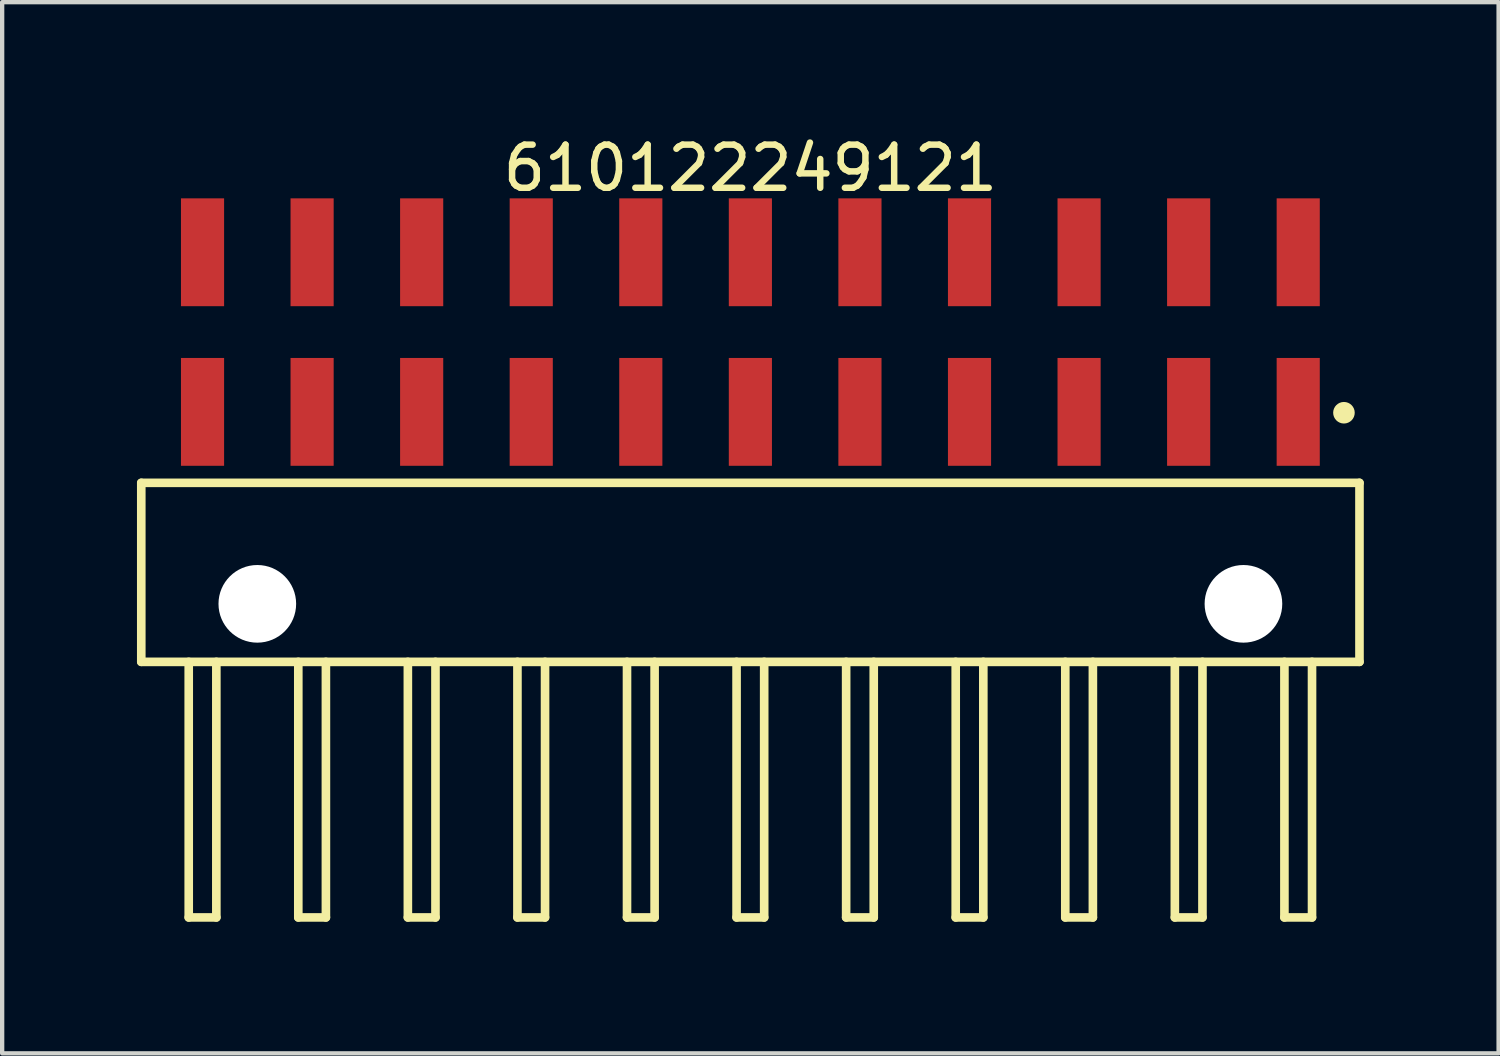
<source format=kicad_pcb>
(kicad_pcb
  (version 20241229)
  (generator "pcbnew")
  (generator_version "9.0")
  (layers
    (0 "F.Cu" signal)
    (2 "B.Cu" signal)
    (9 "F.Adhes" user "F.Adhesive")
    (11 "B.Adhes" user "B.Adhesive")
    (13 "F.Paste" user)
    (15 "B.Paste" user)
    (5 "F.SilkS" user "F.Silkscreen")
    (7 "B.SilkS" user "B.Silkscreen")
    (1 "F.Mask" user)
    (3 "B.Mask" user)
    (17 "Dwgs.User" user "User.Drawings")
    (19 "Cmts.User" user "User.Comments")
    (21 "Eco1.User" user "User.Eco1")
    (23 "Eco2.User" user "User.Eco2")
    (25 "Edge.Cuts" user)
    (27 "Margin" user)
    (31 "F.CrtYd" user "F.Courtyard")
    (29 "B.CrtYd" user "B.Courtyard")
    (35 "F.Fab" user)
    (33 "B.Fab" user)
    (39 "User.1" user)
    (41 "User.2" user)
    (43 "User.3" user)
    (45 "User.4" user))
  (footprint "610122249121"
    (layer "F.Cu")
    (at 14.345 10.218)
    (property "Reference" "610122249121" (at 0 -9.37 0) (layer "F.SilkS") (effects (font (size 1 1) (thickness 0.15))))
    (fp_line (start -14.12 -2.075) (end 14.12 -2.075) (stroke (width 0.2) (type solid)) (layer "F.SilkS"))
    (fp_line (start -14.12 2.075) (end -14.12 -2.075) (stroke (width 0.2) (type solid)) (layer "F.SilkS"))
    (fp_line (start -14.12 2.075) (end 14.12 2.075) (stroke (width 0.2) (type solid)) (layer "F.SilkS"))
    (fp_line (start -13.02 8) (end -13.02 2.075) (stroke (width 0.2) (type solid)) (layer "F.SilkS"))
    (fp_line (start -13.02 8) (end -12.38 8) (stroke (width 0.2) (type solid)) (layer "F.SilkS"))
    (fp_line (start -12.38 8) (end -12.38 2.075) (stroke (width 0.2) (type solid)) (layer "F.SilkS"))
    (fp_line (start -10.48 8) (end -10.48 2.075) (stroke (width 0.2) (type solid)) (layer "F.SilkS"))
    (fp_line (start -10.48 8) (end -9.84 8) (stroke (width 0.2) (type solid)) (layer "F.SilkS"))
    (fp_line (start -9.84 8) (end -9.84 2.075) (stroke (width 0.2) (type solid)) (layer "F.SilkS"))
    (fp_line (start -7.94 8) (end -7.94 2.075) (stroke (width 0.2) (type solid)) (layer "F.SilkS"))
    (fp_line (start -7.94 8) (end -7.3 8) (stroke (width 0.2) (type solid)) (layer "F.SilkS"))
    (fp_line (start -7.3 8) (end -7.3 2.075) (stroke (width 0.2) (type solid)) (layer "F.SilkS"))
    (fp_line (start -5.4 8) (end -5.4 2.075) (stroke (width 0.2) (type solid)) (layer "F.SilkS"))
    (fp_line (start -5.4 8) (end -4.76 8) (stroke (width 0.2) (type solid)) (layer "F.SilkS"))
    (fp_line (start -4.76 8) (end -4.76 2.075) (stroke (width 0.2) (type solid)) (layer "F.SilkS"))
    (fp_line (start -2.86 8) (end -2.86 2.075) (stroke (width 0.2) (type solid)) (layer "F.SilkS"))
    (fp_line (start -2.86 8) (end -2.22 8) (stroke (width 0.2) (type solid)) (layer "F.SilkS"))
    (fp_line (start -2.22 8) (end -2.22 2.075) (stroke (width 0.2) (type solid)) (layer "F.SilkS"))
    (fp_line (start -0.32 8) (end -0.32 2.075) (stroke (width 0.2) (type solid)) (layer "F.SilkS"))
    (fp_line (start -0.32 8) (end 0.32 8) (stroke (width 0.2) (type solid)) (layer "F.SilkS"))
    (fp_line (start 0.32 8) (end 0.32 2.075) (stroke (width 0.2) (type solid)) (layer "F.SilkS"))
    (fp_line (start 2.22 8) (end 2.22 2.075) (stroke (width 0.2) (type solid)) (layer "F.SilkS"))
    (fp_line (start 2.22 8) (end 2.86 8) (stroke (width 0.2) (type solid)) (layer "F.SilkS"))
    (fp_line (start 2.86 8) (end 2.86 2.075) (stroke (width 0.2) (type solid)) (layer "F.SilkS"))
    (fp_line (start 4.76 8) (end 4.76 2.075) (stroke (width 0.2) (type solid)) (layer "F.SilkS"))
    (fp_line (start 4.76 8) (end 5.4 8) (stroke (width 0.2) (type solid)) (layer "F.SilkS"))
    (fp_line (start 5.4 8) (end 5.4 2.075) (stroke (width 0.2) (type solid)) (layer "F.SilkS"))
    (fp_line (start 7.3 8) (end 7.3 2.075) (stroke (width 0.2) (type solid)) (layer "F.SilkS"))
    (fp_line (start 7.3 8) (end 7.94 8) (stroke (width 0.2) (type solid)) (layer "F.SilkS"))
    (fp_line (start 7.94 8) (end 7.94 2.075) (stroke (width 0.2) (type solid)) (layer "F.SilkS"))
    (fp_line (start 9.84 8) (end 9.84 2.075) (stroke (width 0.2) (type solid)) (layer "F.SilkS"))
    (fp_line (start 9.84 8) (end 10.48 8) (stroke (width 0.2) (type solid)) (layer "F.SilkS"))
    (fp_line (start 10.48 8) (end 10.48 2.075) (stroke (width 0.2) (type solid)) (layer "F.SilkS"))
    (fp_line (start 12.38 8) (end 12.38 2.075) (stroke (width 0.2) (type solid)) (layer "F.SilkS"))
    (fp_line (start 12.38 8) (end 13.02 8) (stroke (width 0.2) (type solid)) (layer "F.SilkS"))
    (fp_line (start 13.02 8) (end 13.02 2.075) (stroke (width 0.2) (type solid)) (layer "F.SilkS"))
    (fp_line (start 14.12 2.075) (end 14.12 -2.075) (stroke (width 0.2) (type solid)) (layer "F.SilkS"))
    (fp_circle (center 13.76 -3.7) (end 13.76 -3.825) (stroke (width 0.25) (type solid)) (fill no) (layer "F.SilkS"))
    (fp_line (start -14.32 -8.87) (end 14.32 -8.87) (stroke (width 0.05) (type solid)) (layer "Eco2.User"))
    (fp_line (start -14.32 8.125) (end -14.32 -8.87) (stroke (width 0.05) (type solid)) (layer "Eco2.User"))
    (fp_line (start -14.32 8.125) (end 14.32 8.125) (stroke (width 0.05) (type solid)) (layer "Eco2.User"))
    (fp_line (start -13.97 -2) (end 13.97 -2) (stroke (width 0.1) (type solid)) (layer "Eco2.User"))
    (fp_line (start -13.97 2) (end -13.97 -2) (stroke (width 0.1) (type solid)) (layer "Eco2.User"))
    (fp_line (start -13.97 2) (end 13.97 2) (stroke (width 0.1) (type solid)) (layer "Eco2.User"))
    (fp_line (start -13.03 -8.16) (end -12.39 -8.16) (stroke (width 0.1) (type solid)) (layer "Eco2.User"))
    (fp_line (start -13.03 -7.815) (end -13.03 -8.16) (stroke (width 0.1) (type solid)) (layer "Eco2.User"))
    (fp_line (start -13.03 -7.535) (end -13.03 -7.815) (stroke (width 0.1) (type solid)) (layer "Eco2.User"))
    (fp_line (start -13.03 -4.48) (end -12.39 -4.48) (stroke (width 0.1) (type solid)) (layer "Eco2.User"))
    (fp_line (start -13.03 -4.135) (end -13.03 -4.26) (stroke (width 0.1) (type solid)) (layer "Eco2.User"))
    (fp_line (start -13.03 -2) (end -13.03 -8.16) (stroke (width 0.1) (type solid)) (layer "Eco2.User"))
    (fp_line (start -13.02 8) (end -13.02 2) (stroke (width 0.1) (type solid)) (layer "Eco2.User"))
    (fp_line (start -13.02 8) (end -12.38 8) (stroke (width 0.1) (type solid)) (layer "Eco2.User"))
    (fp_line (start -12.39 -7.815) (end -12.39 -8.16) (stroke (width 0.1) (type solid)) (layer "Eco2.User"))
    (fp_line (start -12.39 -7.535) (end -12.39 -7.815) (stroke (width 0.1) (type solid)) (layer "Eco2.User"))
    (fp_line (start -12.39 -4.135) (end -12.39 -4.26) (stroke (width 0.1) (type solid)) (layer "Eco2.User"))
    (fp_line (start -12.39 -2) (end -12.39 -8.16) (stroke (width 0.1) (type solid)) (layer "Eco2.User"))
    (fp_line (start -12.38 8) (end -12.38 2) (stroke (width 0.1) (type solid)) (layer "Eco2.User"))
    (fp_line (start -10.49 -8.16) (end -9.85 -8.16) (stroke (width 0.1) (type solid)) (layer "Eco2.User"))
    (fp_line (start -10.49 -7.815) (end -10.49 -8.16) (stroke (width 0.1) (type solid)) (layer "Eco2.User"))
    (fp_line (start -10.49 -7.535) (end -10.49 -7.815) (stroke (width 0.1) (type solid)) (layer "Eco2.User"))
    (fp_line (start -10.49 -4.48) (end -9.85 -4.48) (stroke (width 0.1) (type solid)) (layer "Eco2.User"))
    (fp_line (start -10.49 -4.135) (end -10.49 -4.26) (stroke (width 0.1) (type solid)) (layer "Eco2.User"))
    (fp_line (start -10.49 -2) (end -10.49 -8.16) (stroke (width 0.1) (type solid)) (layer "Eco2.User"))
    (fp_line (start -10.48 8) (end -10.48 2) (stroke (width 0.1) (type solid)) (layer "Eco2.User"))
    (fp_line (start -10.48 8) (end -9.84 8) (stroke (width 0.1) (type solid)) (layer "Eco2.User"))
    (fp_line (start -9.85 -7.815) (end -9.85 -8.16) (stroke (width 0.1) (type solid)) (layer "Eco2.User"))
    (fp_line (start -9.85 -7.535) (end -9.85 -7.815) (stroke (width 0.1) (type solid)) (layer "Eco2.User"))
    (fp_line (start -9.85 -4.135) (end -9.85 -4.26) (stroke (width 0.1) (type solid)) (layer "Eco2.User"))
    (fp_line (start -9.85 -2) (end -9.85 -8.16) (stroke (width 0.1) (type solid)) (layer "Eco2.User"))
    (fp_line (start -9.84 8) (end -9.84 2) (stroke (width 0.1) (type solid)) (layer "Eco2.User"))
    (fp_line (start -7.95 -8.16) (end -7.31 -8.16) (stroke (width 0.1) (type solid)) (layer "Eco2.User"))
    (fp_line (start -7.95 -7.815) (end -7.95 -8.16) (stroke (width 0.1) (type solid)) (layer "Eco2.User"))
    (fp_line (start -7.95 -7.535) (end -7.95 -7.815) (stroke (width 0.1) (type solid)) (layer "Eco2.User"))
    (fp_line (start -7.95 -4.48) (end -7.31 -4.48) (stroke (width 0.1) (type solid)) (layer "Eco2.User"))
    (fp_line (start -7.95 -4.135) (end -7.95 -4.26) (stroke (width 0.1) (type solid)) (layer "Eco2.User"))
    (fp_line (start -7.95 -2) (end -7.95 -8.16) (stroke (width 0.1) (type solid)) (layer "Eco2.User"))
    (fp_line (start -7.94 8) (end -7.94 2) (stroke (width 0.1) (type solid)) (layer "Eco2.User"))
    (fp_line (start -7.94 8) (end -7.3 8) (stroke (width 0.1) (type solid)) (layer "Eco2.User"))
    (fp_line (start -7.31 -7.815) (end -7.31 -8.16) (stroke (width 0.1) (type solid)) (layer "Eco2.User"))
    (fp_line (start -7.31 -7.535) (end -7.31 -7.815) (stroke (width 0.1) (type solid)) (layer "Eco2.User"))
    (fp_line (start -7.31 -4.135) (end -7.31 -4.26) (stroke (width 0.1) (type solid)) (layer "Eco2.User"))
    (fp_line (start -7.31 -2) (end -7.31 -8.16) (stroke (width 0.1) (type solid)) (layer "Eco2.User"))
    (fp_line (start -7.3 8) (end -7.3 2) (stroke (width 0.1) (type solid)) (layer "Eco2.User"))
    (fp_line (start -5.41 -8.16) (end -4.77 -8.16) (stroke (width 0.1) (type solid)) (layer "Eco2.User"))
    (fp_line (start -5.41 -7.815) (end -5.41 -8.16) (stroke (width 0.1) (type solid)) (layer "Eco2.User"))
    (fp_line (start -5.41 -7.535) (end -5.41 -7.815) (stroke (width 0.1) (type solid)) (layer "Eco2.User"))
    (fp_line (start -5.41 -4.48) (end -4.77 -4.48) (stroke (width 0.1) (type solid)) (layer "Eco2.User"))
    (fp_line (start -5.41 -4.135) (end -5.41 -4.26) (stroke (width 0.1) (type solid)) (layer "Eco2.User"))
    (fp_line (start -5.41 -2) (end -5.41 -8.16) (stroke (width 0.1) (type solid)) (layer "Eco2.User"))
    (fp_line (start -5.4 8) (end -5.4 2) (stroke (width 0.1) (type solid)) (layer "Eco2.User"))
    (fp_line (start -5.4 8) (end -4.76 8) (stroke (width 0.1) (type solid)) (layer "Eco2.User"))
    (fp_line (start -4.77 -7.815) (end -4.77 -8.16) (stroke (width 0.1) (type solid)) (layer "Eco2.User"))
    (fp_line (start -4.77 -7.535) (end -4.77 -7.815) (stroke (width 0.1) (type solid)) (layer "Eco2.User"))
    (fp_line (start -4.77 -4.135) (end -4.77 -4.26) (stroke (width 0.1) (type solid)) (layer "Eco2.User"))
    (fp_line (start -4.77 -2) (end -4.77 -8.16) (stroke (width 0.1) (type solid)) (layer "Eco2.User"))
    (fp_line (start -4.76 8) (end -4.76 2) (stroke (width 0.1) (type solid)) (layer "Eco2.User"))
    (fp_line (start -2.87 -8.16) (end -2.23 -8.16) (stroke (width 0.1) (type solid)) (layer "Eco2.User"))
    (fp_line (start -2.87 -7.815) (end -2.87 -8.16) (stroke (width 0.1) (type solid)) (layer "Eco2.User"))
    (fp_line (start -2.87 -7.535) (end -2.87 -7.815) (stroke (width 0.1) (type solid)) (layer "Eco2.User"))
    (fp_line (start -2.87 -4.48) (end -2.23 -4.48) (stroke (width 0.1) (type solid)) (layer "Eco2.User"))
    (fp_line (start -2.87 -4.135) (end -2.87 -4.26) (stroke (width 0.1) (type solid)) (layer "Eco2.User"))
    (fp_line (start -2.87 -2) (end -2.87 -8.16) (stroke (width 0.1) (type solid)) (layer "Eco2.User"))
    (fp_line (start -2.86 8) (end -2.86 2) (stroke (width 0.1) (type solid)) (layer "Eco2.User"))
    (fp_line (start -2.86 8) (end -2.22 8) (stroke (width 0.1) (type solid)) (layer "Eco2.User"))
    (fp_line (start -2.23 -7.815) (end -2.23 -8.16) (stroke (width 0.1) (type solid)) (layer "Eco2.User"))
    (fp_line (start -2.23 -7.535) (end -2.23 -7.815) (stroke (width 0.1) (type solid)) (layer "Eco2.User"))
    (fp_line (start -2.23 -4.135) (end -2.23 -4.26) (stroke (width 0.1) (type solid)) (layer "Eco2.User"))
    (fp_line (start -2.23 -2) (end -2.23 -8.16) (stroke (width 0.1) (type solid)) (layer "Eco2.User"))
    (fp_line (start -2.22 8) (end -2.22 2) (stroke (width 0.1) (type solid)) (layer "Eco2.User"))
    (fp_line (start -0.5 0) (end 0.5 0) (stroke (width 0.05) (type solid)) (layer "Eco2.User"))
    (fp_line (start -0.33 -8.16) (end 0.31 -8.16) (stroke (width 0.1) (type solid)) (layer "Eco2.User"))
    (fp_line (start -0.33 -7.815) (end -0.33 -8.16) (stroke (width 0.1) (type solid)) (layer "Eco2.User"))
    (fp_line (start -0.33 -7.535) (end -0.33 -7.815) (stroke (width 0.1) (type solid)) (layer "Eco2.User"))
    (fp_line (start -0.33 -4.48) (end 0.31 -4.48) (stroke (width 0.1) (type solid)) (layer "Eco2.User"))
    (fp_line (start -0.33 -4.135) (end -0.33 -4.26) (stroke (width 0.1) (type solid)) (layer "Eco2.User"))
    (fp_line (start -0.33 -2) (end -0.33 -8.16) (stroke (width 0.1) (type solid)) (layer "Eco2.User"))
    (fp_line (start -0.32 8) (end -0.32 2) (stroke (width 0.1) (type solid)) (layer "Eco2.User"))
    (fp_line (start -0.32 8) (end 0.32 8) (stroke (width 0.1) (type solid)) (layer "Eco2.User"))
    (fp_line (start 0 0.5) (end 0 -0.5) (stroke (width 0.05) (type solid)) (layer "Eco2.User"))
    (fp_line (start 0.31 -7.815) (end 0.31 -8.16) (stroke (width 0.1) (type solid)) (layer "Eco2.User"))
    (fp_line (start 0.31 -7.535) (end 0.31 -7.815) (stroke (width 0.1) (type solid)) (layer "Eco2.User"))
    (fp_line (start 0.31 -4.135) (end 0.31 -4.26) (stroke (width 0.1) (type solid)) (layer "Eco2.User"))
    (fp_line (start 0.31 -2) (end 0.31 -8.16) (stroke (width 0.1) (type solid)) (layer "Eco2.User"))
    (fp_line (start 0.32 8) (end 0.32 2) (stroke (width 0.1) (type solid)) (layer "Eco2.User"))
    (fp_line (start 2.21 -8.16) (end 2.85 -8.16) (stroke (width 0.1) (type solid)) (layer "Eco2.User"))
    (fp_line (start 2.21 -7.815) (end 2.21 -8.16) (stroke (width 0.1) (type solid)) (layer "Eco2.User"))
    (fp_line (start 2.21 -7.535) (end 2.21 -7.815) (stroke (width 0.1) (type solid)) (layer "Eco2.User"))
    (fp_line (start 2.21 -4.48) (end 2.85 -4.48) (stroke (width 0.1) (type solid)) (layer "Eco2.User"))
    (fp_line (start 2.21 -4.135) (end 2.21 -4.26) (stroke (width 0.1) (type solid)) (layer "Eco2.User"))
    (fp_line (start 2.21 -2) (end 2.21 -8.16) (stroke (width 0.1) (type solid)) (layer "Eco2.User"))
    (fp_line (start 2.22 8) (end 2.22 2) (stroke (width 0.1) (type solid)) (layer "Eco2.User"))
    (fp_line (start 2.22 8) (end 2.86 8) (stroke (width 0.1) (type solid)) (layer "Eco2.User"))
    (fp_line (start 2.85 -7.815) (end 2.85 -8.16) (stroke (width 0.1) (type solid)) (layer "Eco2.User"))
    (fp_line (start 2.85 -7.535) (end 2.85 -7.815) (stroke (width 0.1) (type solid)) (layer "Eco2.User"))
    (fp_line (start 2.85 -4.135) (end 2.85 -4.26) (stroke (width 0.1) (type solid)) (layer "Eco2.User"))
    (fp_line (start 2.85 -2) (end 2.85 -8.16) (stroke (width 0.1) (type solid)) (layer "Eco2.User"))
    (fp_line (start 2.86 8) (end 2.86 2) (stroke (width 0.1) (type solid)) (layer "Eco2.User"))
    (fp_line (start 4.75 -8.16) (end 5.39 -8.16) (stroke (width 0.1) (type solid)) (layer "Eco2.User"))
    (fp_line (start 4.75 -7.815) (end 4.75 -8.16) (stroke (width 0.1) (type solid)) (layer "Eco2.User"))
    (fp_line (start 4.75 -7.535) (end 4.75 -7.815) (stroke (width 0.1) (type solid)) (layer "Eco2.User"))
    (fp_line (start 4.75 -4.48) (end 5.39 -4.48) (stroke (width 0.1) (type solid)) (layer "Eco2.User"))
    (fp_line (start 4.75 -4.135) (end 4.75 -4.26) (stroke (width 0.1) (type solid)) (layer "Eco2.User"))
    (fp_line (start 4.75 -2) (end 4.75 -8.16) (stroke (width 0.1) (type solid)) (layer "Eco2.User"))
    (fp_line (start 4.76 8) (end 4.76 2) (stroke (width 0.1) (type solid)) (layer "Eco2.User"))
    (fp_line (start 4.76 8) (end 5.4 8) (stroke (width 0.1) (type solid)) (layer "Eco2.User"))
    (fp_line (start 5.39 -7.815) (end 5.39 -8.16) (stroke (width 0.1) (type solid)) (layer "Eco2.User"))
    (fp_line (start 5.39 -7.535) (end 5.39 -7.815) (stroke (width 0.1) (type solid)) (layer "Eco2.User"))
    (fp_line (start 5.39 -4.135) (end 5.39 -4.26) (stroke (width 0.1) (type solid)) (layer "Eco2.User"))
    (fp_line (start 5.39 -2) (end 5.39 -8.16) (stroke (width 0.1) (type solid)) (layer "Eco2.User"))
    (fp_line (start 5.4 8) (end 5.4 2) (stroke (width 0.1) (type solid)) (layer "Eco2.User"))
    (fp_line (start 7.29 -8.16) (end 7.93 -8.16) (stroke (width 0.1) (type solid)) (layer "Eco2.User"))
    (fp_line (start 7.29 -7.815) (end 7.29 -8.16) (stroke (width 0.1) (type solid)) (layer "Eco2.User"))
    (fp_line (start 7.29 -7.535) (end 7.29 -7.815) (stroke (width 0.1) (type solid)) (layer "Eco2.User"))
    (fp_line (start 7.29 -4.48) (end 7.93 -4.48) (stroke (width 0.1) (type solid)) (layer "Eco2.User"))
    (fp_line (start 7.29 -4.135) (end 7.29 -4.26) (stroke (width 0.1) (type solid)) (layer "Eco2.User"))
    (fp_line (start 7.29 -2) (end 7.29 -8.16) (stroke (width 0.1) (type solid)) (layer "Eco2.User"))
    (fp_line (start 7.3 8) (end 7.3 2) (stroke (width 0.1) (type solid)) (layer "Eco2.User"))
    (fp_line (start 7.3 8) (end 7.94 8) (stroke (width 0.1) (type solid)) (layer "Eco2.User"))
    (fp_line (start 7.93 -7.815) (end 7.93 -8.16) (stroke (width 0.1) (type solid)) (layer "Eco2.User"))
    (fp_line (start 7.93 -7.535) (end 7.93 -7.815) (stroke (width 0.1) (type solid)) (layer "Eco2.User"))
    (fp_line (start 7.93 -4.135) (end 7.93 -4.26) (stroke (width 0.1) (type solid)) (layer "Eco2.User"))
    (fp_line (start 7.93 -2) (end 7.93 -8.16) (stroke (width 0.1) (type solid)) (layer "Eco2.User"))
    (fp_line (start 7.94 8) (end 7.94 2) (stroke (width 0.1) (type solid)) (layer "Eco2.User"))
    (fp_line (start 9.83 -8.16) (end 10.47 -8.16) (stroke (width 0.1) (type solid)) (layer "Eco2.User"))
    (fp_line (start 9.83 -7.815) (end 9.83 -8.16) (stroke (width 0.1) (type solid)) (layer "Eco2.User"))
    (fp_line (start 9.83 -7.535) (end 9.83 -7.815) (stroke (width 0.1) (type solid)) (layer "Eco2.User"))
    (fp_line (start 9.83 -4.48) (end 10.47 -4.48) (stroke (width 0.1) (type solid)) (layer "Eco2.User"))
    (fp_line (start 9.83 -4.135) (end 9.83 -4.26) (stroke (width 0.1) (type solid)) (layer "Eco2.User"))
    (fp_line (start 9.83 -2) (end 9.83 -8.16) (stroke (width 0.1) (type solid)) (layer "Eco2.User"))
    (fp_line (start 9.84 8) (end 9.84 2) (stroke (width 0.1) (type solid)) (layer "Eco2.User"))
    (fp_line (start 9.84 8) (end 10.48 8) (stroke (width 0.1) (type solid)) (layer "Eco2.User"))
    (fp_line (start 10.47 -7.815) (end 10.47 -8.16) (stroke (width 0.1) (type solid)) (layer "Eco2.User"))
    (fp_line (start 10.47 -7.535) (end 10.47 -7.815) (stroke (width 0.1) (type solid)) (layer "Eco2.User"))
    (fp_line (start 10.47 -4.135) (end 10.47 -4.26) (stroke (width 0.1) (type solid)) (layer "Eco2.User"))
    (fp_line (start 10.47 -2) (end 10.47 -8.16) (stroke (width 0.1) (type solid)) (layer "Eco2.User"))
    (fp_line (start 10.48 8) (end 10.48 2) (stroke (width 0.1) (type solid)) (layer "Eco2.User"))
    (fp_line (start 12.37 -8.16) (end 13.01 -8.16) (stroke (width 0.1) (type solid)) (layer "Eco2.User"))
    (fp_line (start 12.37 -7.815) (end 12.37 -8.16) (stroke (width 0.1) (type solid)) (layer "Eco2.User"))
    (fp_line (start 12.37 -7.535) (end 12.37 -7.815) (stroke (width 0.1) (type solid)) (layer "Eco2.User"))
    (fp_line (start 12.37 -4.48) (end 13.01 -4.48) (stroke (width 0.1) (type solid)) (layer "Eco2.User"))
    (fp_line (start 12.37 -4.135) (end 12.37 -4.26) (stroke (width 0.1) (type solid)) (layer "Eco2.User"))
    (fp_line (start 12.37 -2) (end 12.37 -8.16) (stroke (width 0.1) (type solid)) (layer "Eco2.User"))
    (fp_line (start 12.38 8) (end 12.38 2) (stroke (width 0.1) (type solid)) (layer "Eco2.User"))
    (fp_line (start 12.38 8) (end 13.02 8) (stroke (width 0.1) (type solid)) (layer "Eco2.User"))
    (fp_line (start 13.01 -7.815) (end 13.01 -8.16) (stroke (width 0.1) (type solid)) (layer "Eco2.User"))
    (fp_line (start 13.01 -7.535) (end 13.01 -7.815) (stroke (width 0.1) (type solid)) (layer "Eco2.User"))
    (fp_line (start 13.01 -4.135) (end 13.01 -4.26) (stroke (width 0.1) (type solid)) (layer "Eco2.User"))
    (fp_line (start 13.01 -2) (end 13.01 -8.16) (stroke (width 0.1) (type solid)) (layer "Eco2.User"))
    (fp_line (start 13.02 8) (end 13.02 2) (stroke (width 0.1) (type solid)) (layer "Eco2.User"))
    (fp_line (start 13.97 2) (end 13.97 -2) (stroke (width 0.1) (type solid)) (layer "Eco2.User"))
    (fp_line (start 14.32 8.125) (end 14.32 -8.87) (stroke (width 0.05) (type solid)) (layer "Eco2.User"))
    (fp_text user "${REFERENCE}" (at 0.15 -0.197 0) (unlocked yes) (layer "User.3") (effects (font (size 1.5 1.5) (thickness 0.15))))
    (pad "" np_thru_hole circle (at -11.43 0.73) (size 1.8 1.8) (drill 1.8) (layers "*.Cu" "*.Mask"))
    (pad "" np_thru_hole circle (at 11.43 0.73) (size 1.8 1.8) (drill 1.8) (layers "*.Cu" "*.Mask"))
    (pad "1" smd rect (at 12.7 -3.72) (size 1 2.5) (layers "F.Cu" "F.Mask" "F.Paste"))
    (pad "2" smd rect (at 12.7 -7.42) (size 1 2.5) (layers "F.Cu" "F.Mask" "F.Paste"))
    (pad "3" smd rect (at 10.16 -3.72) (size 1 2.5) (layers "F.Cu" "F.Mask" "F.Paste"))
    (pad "4" smd rect (at 10.16 -7.42) (size 1 2.5) (layers "F.Cu" "F.Mask" "F.Paste"))
    (pad "5" smd rect (at 7.62 -3.72) (size 1 2.5) (layers "F.Cu" "F.Mask" "F.Paste"))
    (pad "6" smd rect (at 7.62 -7.42) (size 1 2.5) (layers "F.Cu" "F.Mask" "F.Paste"))
    (pad "7" smd rect (at 5.08 -3.72) (size 1 2.5) (layers "F.Cu" "F.Mask" "F.Paste"))
    (pad "8" smd rect (at 5.08 -7.42) (size 1 2.5) (layers "F.Cu" "F.Mask" "F.Paste"))
    (pad "9" smd rect (at 2.54 -3.72) (size 1 2.5) (layers "F.Cu" "F.Mask" "F.Paste"))
    (pad "10" smd rect (at 2.54 -7.42) (size 1 2.5) (layers "F.Cu" "F.Mask" "F.Paste"))
    (pad "11" smd rect (at 0 -3.72) (size 1 2.5) (layers "F.Cu" "F.Mask" "F.Paste"))
    (pad "12" smd rect (at 0 -7.42) (size 1 2.5) (layers "F.Cu" "F.Mask" "F.Paste"))
    (pad "13" smd rect (at -2.54 -3.72) (size 1 2.5) (layers "F.Cu" "F.Mask" "F.Paste"))
    (pad "14" smd rect (at -2.54 -7.42) (size 1 2.5) (layers "F.Cu" "F.Mask" "F.Paste"))
    (pad "15" smd rect (at -5.08 -3.72) (size 1 2.5) (layers "F.Cu" "F.Mask" "F.Paste"))
    (pad "16" smd rect (at -5.08 -7.42) (size 1 2.5) (layers "F.Cu" "F.Mask" "F.Paste"))
    (pad "17" smd rect (at -7.62 -3.72) (size 1 2.5) (layers "F.Cu" "F.Mask" "F.Paste"))
    (pad "18" smd rect (at -7.62 -7.42) (size 1 2.5) (layers "F.Cu" "F.Mask" "F.Paste"))
    (pad "19" smd rect (at -10.16 -3.72) (size 1 2.5) (layers "F.Cu" "F.Mask" "F.Paste"))
    (pad "20" smd rect (at -10.16 -7.42) (size 1 2.5) (layers "F.Cu" "F.Mask" "F.Paste"))
    (pad "21" smd rect (at -12.7 -3.72) (size 1 2.5) (layers "F.Cu" "F.Mask" "F.Paste"))
    (pad "22" smd rect (at -12.7 -7.42) (size 1 2.5) (layers "F.Cu" "F.Mask" "F.Paste")))
  (gr_rect
    (start -3 -3)
    (end 31.69 21.368)
    (stroke (width 0.1) (type default))
    (fill no)
    (layer "Edge.Cuts")))
</source>
